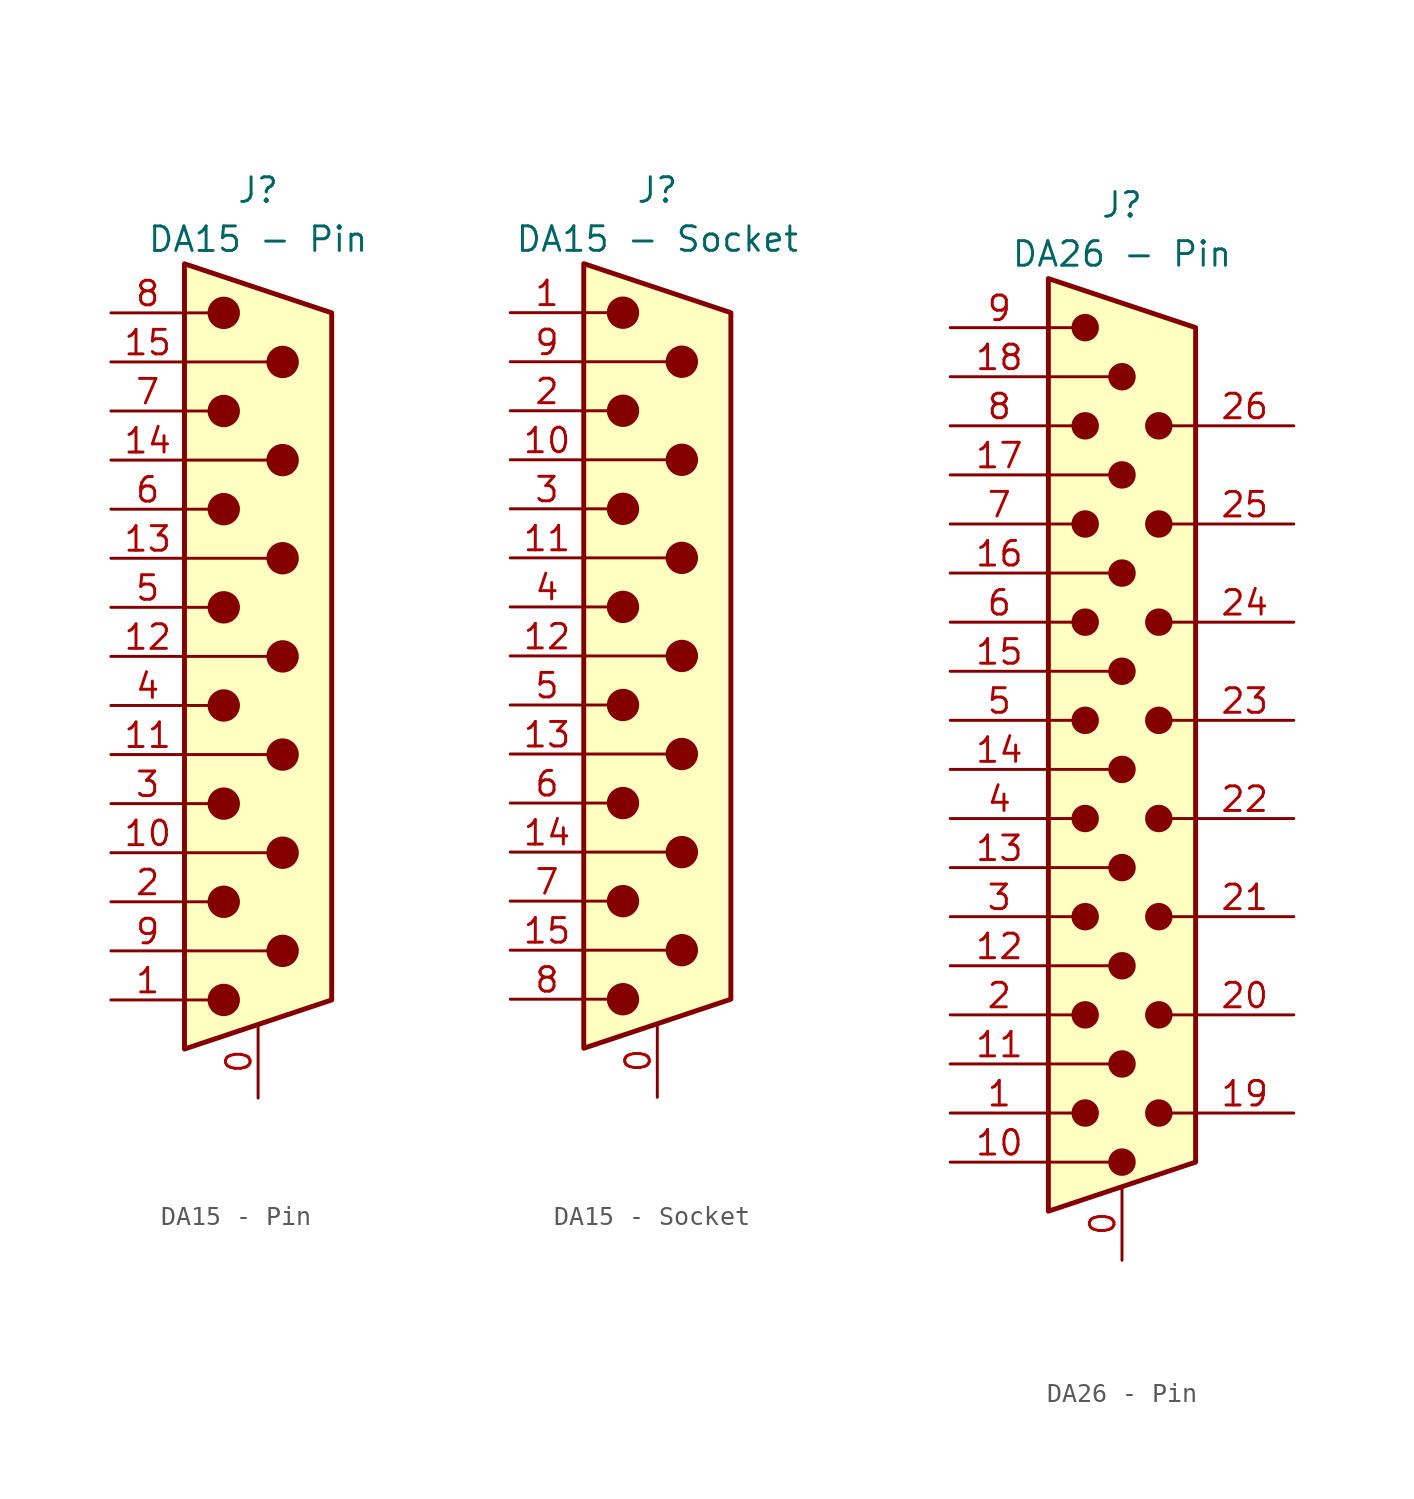
<source format=kicad_sym>
(kicad_symbol_lib
  (version 20220914)
  (generator kicad_symbol_editor)
  (symbol "DA15 - Pin"
    (pin_names
      (offset 1.016) hide)
    (property "Reference" "J"
      (at 0 24.13 0)
      (effects (font (size 1.27 1.27))))
    (property "Value" "DA15 - Pin"
      (at 0 21.59 0)
      (effects (font (size 1.27 1.27))))
    (symbol "DA15 - Pin_0_1"
      (circle (center -1.778 -17.78) (radius 0.762) (stroke (width 0) (type default)) (fill (type outline)))
      (circle (center -1.778 -12.7) (radius 0.762) (stroke (width 0) (type default)) (fill (type outline)))
      (circle (center -1.778 -7.62) (radius 0.762) (stroke (width 0) (type default)) (fill (type outline)))
      (circle (center -1.778 -2.54) (radius 0.762) (stroke (width 0) (type default)) (fill (type outline)))
      (circle (center -1.778 2.54) (radius 0.762) (stroke (width 0) (type default)) (fill (type outline)))
      (circle (center -1.778 7.62) (radius 0.762) (stroke (width 0) (type default)) (fill (type outline)))
      (circle (center -1.778 12.7) (radius 0.762) (stroke (width 0) (type default)) (fill (type outline)))
      (circle (center -1.778 17.78) (radius 0.762) (stroke (width 0) (type default)) (fill (type outline)))
      (polyline (pts (xy -3.81 -17.78) (xy -1.27 -17.78)) (stroke (width 0) (type default)) (fill (type none)))
      (polyline (pts (xy -3.81 -15.24) (xy 1.27 -15.24)) (stroke (width 0) (type default)) (fill (type none)))
      (polyline (pts (xy -3.81 -12.7) (xy -1.27 -12.7)) (stroke (width 0) (type default)) (fill (type none)))
      (polyline (pts (xy -3.81 -10.16) (xy 1.27 -10.16)) (stroke (width 0) (type default)) (fill (type none)))
      (polyline (pts (xy -3.81 -7.62) (xy -1.27 -7.62)) (stroke (width 0) (type default)) (fill (type none)))
      (polyline (pts (xy -3.81 -5.08) (xy 1.27 -5.08)) (stroke (width 0) (type default)) (fill (type none)))
      (polyline (pts (xy -3.81 -2.54) (xy -1.27 -2.54)) (stroke (width 0) (type default)) (fill (type none)))
      (polyline (pts (xy -3.81 0) (xy 1.27 0)) (stroke (width 0) (type default)) (fill (type none)))
      (polyline (pts (xy -3.81 2.54) (xy -1.27 2.54)) (stroke (width 0) (type default)) (fill (type none)))
      (polyline (pts (xy -3.81 5.08) (xy 1.27 5.08)) (stroke (width 0) (type default)) (fill (type none)))
      (polyline (pts (xy -3.81 7.62) (xy -1.27 7.62)) (stroke (width 0) (type default)) (fill (type none)))
      (polyline (pts (xy -3.81 10.16) (xy 1.27 10.16)) (stroke (width 0) (type default)) (fill (type none)))
      (polyline (pts (xy -3.81 12.7) (xy -1.27 12.7)) (stroke (width 0) (type default)) (fill (type none)))
      (polyline (pts (xy -3.81 15.24) (xy 1.27 15.24)) (stroke (width 0) (type default)) (fill (type none)))
      (polyline (pts (xy -3.81 17.78) (xy -1.27 17.78)) (stroke (width 0) (type default)) (fill (type none)))
      (polyline (pts (xy -3.81 20.32) (xy -3.81 -20.32) (xy 3.81 -17.78) (xy 3.81 17.78) (xy -3.81 20.32)) (stroke (width 0.254) (type default)) (fill (type background)))
      (circle (center 1.27 -15.24) (radius 0.762) (stroke (width 0) (type default)) (fill (type outline)))
      (circle (center 1.27 -10.16) (radius 0.762) (stroke (width 0) (type default)) (fill (type outline)))
      (circle (center 1.27 -5.08) (radius 0.762) (stroke (width 0) (type default)) (fill (type outline)))
      (circle (center 1.27 0) (radius 0.762) (stroke (width 0) (type default)) (fill (type outline)))
      (circle (center 1.27 5.08) (radius 0.762) (stroke (width 0) (type default)) (fill (type outline)))
      (circle (center 1.27 10.16) (radius 0.762) (stroke (width 0) (type default)) (fill (type outline)))
      (circle (center 1.27 15.24) (radius 0.762) (stroke (width 0) (type default)) (fill (type outline))))
    (symbol "DA15 - Pin_1_1"
      (pin passive line (at 0 -22.86 90) (length 3.81) (name "0" (effects (font (size 1.27 1.27)))) (number "0" (effects (font (size 1.27 1.27)))))
      (pin passive line (at -7.62 -17.78 0) (length 3.81) (name "1" (effects (font (size 1.27 1.27)))) (number "1" (effects (font (size 1.27 1.27)))))
      (pin passive line (at -7.62 -10.16 0) (length 3.81) (name "10" (effects (font (size 1.27 1.27)))) (number "10" (effects (font (size 1.27 1.27)))))
      (pin passive line (at -7.62 -5.08 0) (length 3.81) (name "11" (effects (font (size 1.27 1.27)))) (number "11" (effects (font (size 1.27 1.27)))))
      (pin passive line (at -7.62 0 0) (length 3.81) (name "12" (effects (font (size 1.27 1.27)))) (number "12" (effects (font (size 1.27 1.27)))))
      (pin passive line (at -7.62 5.08 0) (length 3.81) (name "13" (effects (font (size 1.27 1.27)))) (number "13" (effects (font (size 1.27 1.27)))))
      (pin passive line (at -7.62 10.16 0) (length 3.81) (name "14" (effects (font (size 1.27 1.27)))) (number "14" (effects (font (size 1.27 1.27)))))
      (pin passive line (at -7.62 15.24 0) (length 3.81) (name "15" (effects (font (size 1.27 1.27)))) (number "15" (effects (font (size 1.27 1.27)))))
      (pin passive line (at -7.62 -12.7 0) (length 3.81) (name "2" (effects (font (size 1.27 1.27)))) (number "2" (effects (font (size 1.27 1.27)))))
      (pin passive line (at -7.62 -7.62 0) (length 3.81) (name "3" (effects (font (size 1.27 1.27)))) (number "3" (effects (font (size 1.27 1.27)))))
      (pin passive line (at -7.62 -2.54 0) (length 3.81) (name "4" (effects (font (size 1.27 1.27)))) (number "4" (effects (font (size 1.27 1.27)))))
      (pin passive line (at -7.62 2.54 0) (length 3.81) (name "5" (effects (font (size 1.27 1.27)))) (number "5" (effects (font (size 1.27 1.27)))))
      (pin passive line (at -7.62 7.62 0) (length 3.81) (name "6" (effects (font (size 1.27 1.27)))) (number "6" (effects (font (size 1.27 1.27)))))
      (pin passive line (at -7.62 12.7 0) (length 3.81) (name "7" (effects (font (size 1.27 1.27)))) (number "7" (effects (font (size 1.27 1.27)))))
      (pin passive line (at -7.62 17.78 0) (length 3.81) (name "8" (effects (font (size 1.27 1.27)))) (number "8" (effects (font (size 1.27 1.27)))))
      (pin passive line (at -7.62 -15.24 0) (length 3.81) (name "9" (effects (font (size 1.27 1.27)))) (number "9" (effects (font (size 1.27 1.27)))))))
  (symbol "DA15 - Socket"
    (pin_names
      (offset 1.016) hide)
    (property "Reference" "J"
      (at 0 24.13 0)
      (effects (font (size 1.27 1.27))))
    (property "Value" "DA15 - Socket"
      (at 0 21.59 0)
      (effects (font (size 1.27 1.27))))
    (symbol "DA15 - Socket_0_1"
      (circle (center -1.778 -17.78) (radius 0.762) (stroke (width 0) (type default)) (fill (type outline)))
      (circle (center -1.778 -12.7) (radius 0.762) (stroke (width 0) (type default)) (fill (type outline)))
      (circle (center -1.778 -7.62) (radius 0.762) (stroke (width 0) (type default)) (fill (type outline)))
      (circle (center -1.778 -2.54) (radius 0.762) (stroke (width 0) (type default)) (fill (type outline)))
      (circle (center -1.778 2.54) (radius 0.762) (stroke (width 0) (type default)) (fill (type outline)))
      (circle (center -1.778 7.62) (radius 0.762) (stroke (width 0) (type default)) (fill (type outline)))
      (circle (center -1.778 12.7) (radius 0.762) (stroke (width 0) (type default)) (fill (type outline)))
      (circle (center -1.778 17.78) (radius 0.762) (stroke (width 0) (type default)) (fill (type outline)))
      (polyline (pts (xy -3.81 -17.78) (xy -1.27 -17.78)) (stroke (width 0) (type default)) (fill (type none)))
      (polyline (pts (xy -3.81 -15.24) (xy 1.27 -15.24)) (stroke (width 0) (type default)) (fill (type none)))
      (polyline (pts (xy -3.81 -12.7) (xy -1.27 -12.7)) (stroke (width 0) (type default)) (fill (type none)))
      (polyline (pts (xy -3.81 -10.16) (xy 1.27 -10.16)) (stroke (width 0) (type default)) (fill (type none)))
      (polyline (pts (xy -3.81 -7.62) (xy -1.27 -7.62)) (stroke (width 0) (type default)) (fill (type none)))
      (polyline (pts (xy -3.81 -5.08) (xy 1.27 -5.08)) (stroke (width 0) (type default)) (fill (type none)))
      (polyline (pts (xy -3.81 -2.54) (xy -1.27 -2.54)) (stroke (width 0) (type default)) (fill (type none)))
      (polyline (pts (xy -3.81 0) (xy 1.27 0)) (stroke (width 0) (type default)) (fill (type none)))
      (polyline (pts (xy -3.81 2.54) (xy -1.27 2.54)) (stroke (width 0) (type default)) (fill (type none)))
      (polyline (pts (xy -3.81 5.08) (xy 1.27 5.08)) (stroke (width 0) (type default)) (fill (type none)))
      (polyline (pts (xy -3.81 7.62) (xy -1.27 7.62)) (stroke (width 0) (type default)) (fill (type none)))
      (polyline (pts (xy -3.81 10.16) (xy 1.27 10.16)) (stroke (width 0) (type default)) (fill (type none)))
      (polyline (pts (xy -3.81 12.7) (xy -1.27 12.7)) (stroke (width 0) (type default)) (fill (type none)))
      (polyline (pts (xy -3.81 15.24) (xy 1.27 15.24)) (stroke (width 0) (type default)) (fill (type none)))
      (polyline (pts (xy -3.81 17.78) (xy -1.27 17.78)) (stroke (width 0) (type default)) (fill (type none)))
      (polyline (pts (xy -3.81 20.32) (xy -3.81 -20.32) (xy 3.81 -17.78) (xy 3.81 17.78) (xy -3.81 20.32)) (stroke (width 0.254) (type default)) (fill (type background)))
      (circle (center 1.27 -15.24) (radius 0.762) (stroke (width 0) (type default)) (fill (type outline)))
      (circle (center 1.27 -10.16) (radius 0.762) (stroke (width 0) (type default)) (fill (type outline)))
      (circle (center 1.27 -5.08) (radius 0.762) (stroke (width 0) (type default)) (fill (type outline)))
      (circle (center 1.27 0) (radius 0.762) (stroke (width 0) (type default)) (fill (type outline)))
      (circle (center 1.27 5.08) (radius 0.762) (stroke (width 0) (type default)) (fill (type outline)))
      (circle (center 1.27 10.16) (radius 0.762) (stroke (width 0) (type default)) (fill (type outline)))
      (circle (center 1.27 15.24) (radius 0.762) (stroke (width 0) (type default)) (fill (type outline))))
    (symbol "DA15 - Socket_1_1"
      (pin passive line (at 0 -22.86 90) (length 3.81) (name "0" (effects (font (size 1.27 1.27)))) (number "0" (effects (font (size 1.27 1.27)))))
      (pin passive line (at -7.62 17.78 0) (length 3.81) (name "1" (effects (font (size 1.27 1.27)))) (number "1" (effects (font (size 1.27 1.27)))))
      (pin passive line (at -7.62 10.16 0) (length 3.81) (name "10" (effects (font (size 1.27 1.27)))) (number "10" (effects (font (size 1.27 1.27)))))
      (pin passive line (at -7.62 5.08 0) (length 3.81) (name "11" (effects (font (size 1.27 1.27)))) (number "11" (effects (font (size 1.27 1.27)))))
      (pin passive line (at -7.62 0 0) (length 3.81) (name "12" (effects (font (size 1.27 1.27)))) (number "12" (effects (font (size 1.27 1.27)))))
      (pin passive line (at -7.62 -5.08 0) (length 3.81) (name "13" (effects (font (size 1.27 1.27)))) (number "13" (effects (font (size 1.27 1.27)))))
      (pin passive line (at -7.62 -10.16 0) (length 3.81) (name "14" (effects (font (size 1.27 1.27)))) (number "14" (effects (font (size 1.27 1.27)))))
      (pin passive line (at -7.62 -15.24 0) (length 3.81) (name "15" (effects (font (size 1.27 1.27)))) (number "15" (effects (font (size 1.27 1.27)))))
      (pin passive line (at -7.62 12.7 0) (length 3.81) (name "2" (effects (font (size 1.27 1.27)))) (number "2" (effects (font (size 1.27 1.27)))))
      (pin passive line (at -7.62 7.62 0) (length 3.81) (name "3" (effects (font (size 1.27 1.27)))) (number "3" (effects (font (size 1.27 1.27)))))
      (pin passive line (at -7.62 2.54 0) (length 3.81) (name "4" (effects (font (size 1.27 1.27)))) (number "4" (effects (font (size 1.27 1.27)))))
      (pin passive line (at -7.62 -2.54 0) (length 3.81) (name "5" (effects (font (size 1.27 1.27)))) (number "5" (effects (font (size 1.27 1.27)))))
      (pin passive line (at -7.62 -7.62 0) (length 3.81) (name "6" (effects (font (size 1.27 1.27)))) (number "6" (effects (font (size 1.27 1.27)))))
      (pin passive line (at -7.62 -12.7 0) (length 3.81) (name "7" (effects (font (size 1.27 1.27)))) (number "7" (effects (font (size 1.27 1.27)))))
      (pin passive line (at -7.62 -17.78 0) (length 3.81) (name "8" (effects (font (size 1.27 1.27)))) (number "8" (effects (font (size 1.27 1.27)))))
      (pin passive line (at -7.62 15.24 0) (length 3.81) (name "9" (effects (font (size 1.27 1.27)))) (number "9" (effects (font (size 1.27 1.27)))))))
  (symbol "DA26 - Pin"
    (pin_names
      (offset 1.016) hide)
    (property "Reference" "J"
      (at 0 26.67 0)
      (effects (font (size 1.27 1.27))))
    (property "Value" "DA26 - Pin"
      (at 0 24.13 0)
      (effects (font (size 1.27 1.27))))
    (symbol "DA26 - Pin_0_1"
      (circle (center -1.905 -20.32) (radius 0.635) (stroke (width 0) (type default)) (fill (type outline)))
      (circle (center -1.905 -15.24) (radius 0.635) (stroke (width 0) (type default)) (fill (type outline)))
      (circle (center -1.905 -10.16) (radius 0.635) (stroke (width 0) (type default)) (fill (type outline)))
      (circle (center -1.905 -5.08) (radius 0.635) (stroke (width 0) (type default)) (fill (type outline)))
      (circle (center -1.905 0) (radius 0.635) (stroke (width 0) (type default)) (fill (type outline)))
      (circle (center -1.905 5.08) (radius 0.635) (stroke (width 0) (type default)) (fill (type outline)))
      (circle (center -1.905 10.16) (radius 0.635) (stroke (width 0) (type default)) (fill (type outline)))
      (circle (center -1.905 15.24) (radius 0.635) (stroke (width 0) (type default)) (fill (type outline)))
      (circle (center -1.905 20.32) (radius 0.635) (stroke (width 0) (type default)) (fill (type outline)))
      (circle (center 0 -22.86) (radius 0.635) (stroke (width 0) (type default)) (fill (type outline)))
      (circle (center 0 -17.78) (radius 0.635) (stroke (width 0) (type default)) (fill (type outline)))
      (circle (center 0 -12.7) (radius 0.635) (stroke (width 0) (type default)) (fill (type outline)))
      (circle (center 0 -7.62) (radius 0.635) (stroke (width 0) (type default)) (fill (type outline)))
      (circle (center 0 -2.54) (radius 0.635) (stroke (width 0) (type default)) (fill (type outline)))
      (polyline (pts (xy -2.54 -20.32) (xy -3.81 -20.32)) (stroke (width 0) (type default)) (fill (type none)))
      (polyline (pts (xy -2.54 -15.24) (xy -3.81 -15.24)) (stroke (width 0) (type default)) (fill (type none)))
      (polyline (pts (xy -2.54 -10.16) (xy -3.81 -10.16)) (stroke (width 0) (type default)) (fill (type none)))
      (polyline (pts (xy -2.54 -5.08) (xy -3.81 -5.08)) (stroke (width 0) (type default)) (fill (type none)))
      (polyline (pts (xy -2.54 0) (xy -3.81 0)) (stroke (width 0) (type default)) (fill (type none)))
      (polyline (pts (xy -2.54 5.08) (xy -3.81 5.08)) (stroke (width 0) (type default)) (fill (type none)))
      (polyline (pts (xy -2.54 10.16) (xy -3.81 10.16)) (stroke (width 0) (type default)) (fill (type none)))
      (polyline (pts (xy -2.54 15.24) (xy -3.81 15.24)) (stroke (width 0) (type default)) (fill (type none)))
      (polyline (pts (xy -2.54 20.32) (xy -3.81 20.32)) (stroke (width 0) (type default)) (fill (type none)))
      (polyline (pts (xy 0 -22.86) (xy -3.81 -22.86)) (stroke (width 0) (type default)) (fill (type none)))
      (polyline (pts (xy 0 -17.78) (xy -3.81 -17.78)) (stroke (width 0) (type default)) (fill (type none)))
      (polyline (pts (xy 0 -12.7) (xy -3.81 -12.7)) (stroke (width 0) (type default)) (fill (type none)))
      (polyline (pts (xy 0 -7.62) (xy -3.81 -7.62)) (stroke (width 0) (type default)) (fill (type none)))
      (polyline (pts (xy 0 -2.54) (xy -3.81 -2.54)) (stroke (width 0) (type default)) (fill (type none)))
      (polyline (pts (xy 0 2.54) (xy -3.81 2.54)) (stroke (width 0) (type default)) (fill (type none)))
      (polyline (pts (xy 0 7.62) (xy -3.81 7.62)) (stroke (width 0) (type default)) (fill (type none)))
      (polyline (pts (xy 0 12.7) (xy -3.81 12.7)) (stroke (width 0) (type default)) (fill (type none)))
      (polyline (pts (xy 0 17.78) (xy -3.81 17.78)) (stroke (width 0) (type default)) (fill (type none)))
      (polyline (pts (xy 3.81 -20.32) (xy 2.54 -20.32)) (stroke (width 0) (type default)) (fill (type none)))
      (polyline (pts (xy 3.81 -15.24) (xy 2.54 -15.24)) (stroke (width 0) (type default)) (fill (type none)))
      (polyline (pts (xy 3.81 -10.16) (xy 2.54 -10.16)) (stroke (width 0) (type default)) (fill (type none)))
      (polyline (pts (xy 3.81 -5.08) (xy 2.54 -5.08)) (stroke (width 0) (type default)) (fill (type none)))
      (polyline (pts (xy 3.81 0) (xy 2.54 0)) (stroke (width 0) (type default)) (fill (type none)))
      (polyline (pts (xy 3.81 5.08) (xy 2.54 5.08)) (stroke (width 0) (type default)) (fill (type none)))
      (polyline (pts (xy 3.81 10.16) (xy 2.54 10.16)) (stroke (width 0) (type default)) (fill (type none)))
      (polyline (pts (xy 3.81 15.24) (xy 2.54 15.24)) (stroke (width 0) (type default)) (fill (type none)))
      (polyline (pts (xy -3.81 22.86) (xy -3.81 -25.4) (xy 3.81 -22.86) (xy 3.81 20.32) (xy -3.81 22.86)) (stroke (width 0.254) (type default)) (fill (type background)))
      (circle (center 0 2.54) (radius 0.635) (stroke (width 0) (type default)) (fill (type outline)))
      (circle (center 0 7.62) (radius 0.635) (stroke (width 0) (type default)) (fill (type outline)))
      (circle (center 0 12.7) (radius 0.635) (stroke (width 0) (type default)) (fill (type outline)))
      (circle (center 0 17.78) (radius 0.635) (stroke (width 0) (type default)) (fill (type outline)))
      (circle (center 1.905 -20.32) (radius 0.635) (stroke (width 0) (type default)) (fill (type outline)))
      (circle (center 1.905 -15.24) (radius 0.635) (stroke (width 0) (type default)) (fill (type outline)))
      (circle (center 1.905 -10.16) (radius 0.635) (stroke (width 0) (type default)) (fill (type outline)))
      (circle (center 1.905 -5.08) (radius 0.635) (stroke (width 0) (type default)) (fill (type outline)))
      (circle (center 1.905 0) (radius 0.635) (stroke (width 0) (type default)) (fill (type outline)))
      (circle (center 1.905 5.08) (radius 0.635) (stroke (width 0) (type default)) (fill (type outline)))
      (circle (center 1.905 10.16) (radius 0.635) (stroke (width 0) (type default)) (fill (type outline)))
      (circle (center 1.905 15.24) (radius 0.635) (stroke (width 0) (type default)) (fill (type outline))))
    (symbol "DA26 - Pin_1_1"
      (pin passive line (at 0 -27.94 90) (length 3.81) (name "0" (effects (font (size 1.27 1.27)))) (number "0" (effects (font (size 1.27 1.27)))))
      (pin passive line (at -8.89 -20.32 0) (length 5.08) (name "1" (effects (font (size 1.27 1.27)))) (number "1" (effects (font (size 1.27 1.27)))))
      (pin passive line (at -8.89 -22.86 0) (length 5.08) (name "10" (effects (font (size 1.27 1.27)))) (number "10" (effects (font (size 1.27 1.27)))))
      (pin passive line (at -8.89 -17.78 0) (length 5.08) (name "11" (effects (font (size 1.27 1.27)))) (number "11" (effects (font (size 1.27 1.27)))))
      (pin passive line (at -8.89 -12.7 0) (length 5.08) (name "12" (effects (font (size 1.27 1.27)))) (number "12" (effects (font (size 1.27 1.27)))))
      (pin passive line (at -8.89 -7.62 0) (length 5.08) (name "13" (effects (font (size 1.27 1.27)))) (number "13" (effects (font (size 1.27 1.27)))))
      (pin passive line (at -8.89 -2.54 0) (length 5.08) (name "14" (effects (font (size 1.27 1.27)))) (number "14" (effects (font (size 1.27 1.27)))))
      (pin passive line (at -8.89 2.54 0) (length 5.08) (name "15" (effects (font (size 1.27 1.27)))) (number "15" (effects (font (size 1.27 1.27)))))
      (pin passive line (at -8.89 7.62 0) (length 5.08) (name "16" (effects (font (size 1.27 1.27)))) (number "16" (effects (font (size 1.27 1.27)))))
      (pin passive line (at -8.89 12.7 0) (length 5.08) (name "17" (effects (font (size 1.27 1.27)))) (number "17" (effects (font (size 1.27 1.27)))))
      (pin passive line (at -8.89 17.78 0) (length 5.08) (name "18" (effects (font (size 1.27 1.27)))) (number "18" (effects (font (size 1.27 1.27)))))
      (pin passive line (at 8.89 -20.32 180) (length 5.08) (name "19" (effects (font (size 1.27 1.27)))) (number "19" (effects (font (size 1.27 1.27)))))
      (pin passive line (at -8.89 -15.24 0) (length 5.08) (name "2" (effects (font (size 1.27 1.27)))) (number "2" (effects (font (size 1.27 1.27)))))
      (pin passive line (at 8.89 -15.24 180) (length 5.08) (name "20" (effects (font (size 1.27 1.27)))) (number "20" (effects (font (size 1.27 1.27)))))
      (pin passive line (at 8.89 -10.16 180) (length 5.08) (name "21" (effects (font (size 1.27 1.27)))) (number "21" (effects (font (size 1.27 1.27)))))
      (pin passive line (at 8.89 -5.08 180) (length 5.08) (name "22" (effects (font (size 1.27 1.27)))) (number "22" (effects (font (size 1.27 1.27)))))
      (pin passive line (at 8.89 0 180) (length 5.08) (name "23" (effects (font (size 1.27 1.27)))) (number "23" (effects (font (size 1.27 1.27)))))
      (pin passive line (at 8.89 5.08 180) (length 5.08) (name "24" (effects (font (size 1.27 1.27)))) (number "24" (effects (font (size 1.27 1.27)))))
      (pin passive line (at 8.89 10.16 180) (length 5.08) (name "25" (effects (font (size 1.27 1.27)))) (number "25" (effects (font (size 1.27 1.27)))))
      (pin passive line (at 8.89 15.24 180) (length 5.08) (name "26" (effects (font (size 1.27 1.27)))) (number "26" (effects (font (size 1.27 1.27)))))
      (pin passive line (at -8.89 -10.16 0) (length 5.08) (name "3" (effects (font (size 1.27 1.27)))) (number "3" (effects (font (size 1.27 1.27)))))
      (pin passive line (at -8.89 -5.08 0) (length 5.08) (name "4" (effects (font (size 1.27 1.27)))) (number "4" (effects (font (size 1.27 1.27)))))
      (pin passive line (at -8.89 0 0) (length 5.08) (name "5" (effects (font (size 1.27 1.27)))) (number "5" (effects (font (size 1.27 1.27)))))
      (pin passive line (at -8.89 5.08 0) (length 5.08) (name "6" (effects (font (size 1.27 1.27)))) (number "6" (effects (font (size 1.27 1.27)))))
      (pin passive line (at -8.89 10.16 0) (length 5.08) (name "7" (effects (font (size 1.27 1.27)))) (number "7" (effects (font (size 1.27 1.27)))))
      (pin passive line (at -8.89 15.24 0) (length 5.08) (name "8" (effects (font (size 1.27 1.27)))) (number "8" (effects (font (size 1.27 1.27)))))
      (pin passive line (at -8.89 20.32 0) (length 5.08) (name "9" (effects (font (size 1.27 1.27)))) (number "9" (effects (font (size 1.27 1.27))))))))
</source>
